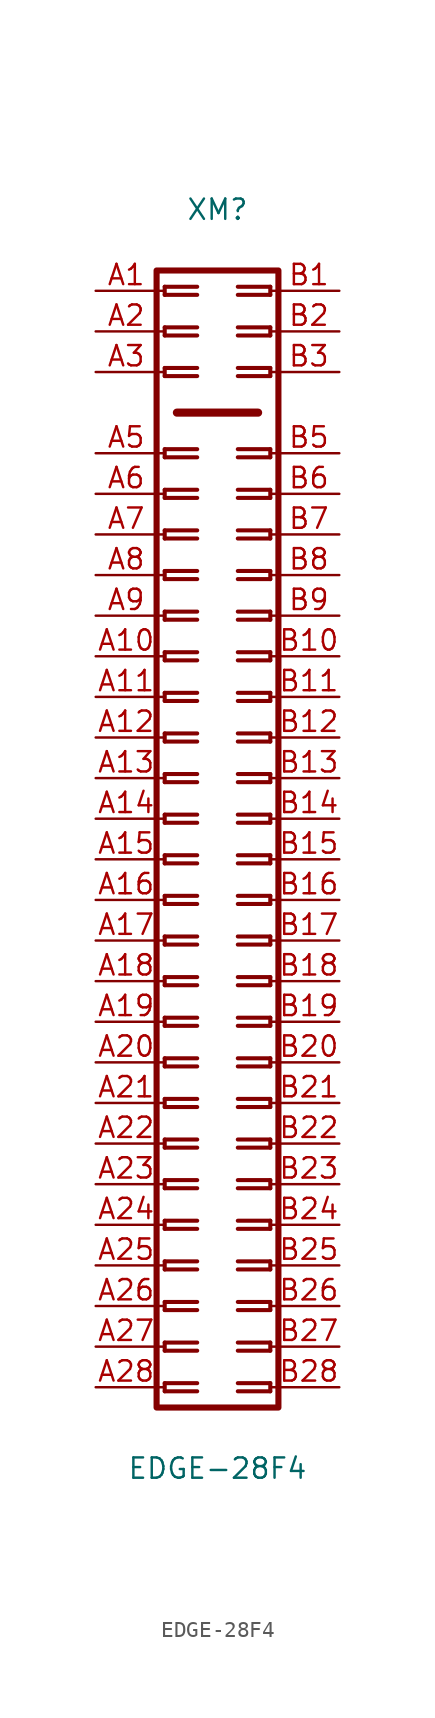
<source format=kicad_sym>
(kicad_symbol_lib
  (version 20231120)
  (generator "kicad_symbol_editor")
  (generator_version "8.0")
  (symbol "EDGE-28F4"
    (pin_names
      (offset 1.016))
    (property "Reference" "XM"
      (at 0 39.37 0)
      (effects (font (size 1.27 1.27))))
    (property "Value" "EDGE-28F4"
      (at 0 -39.37 0)
      (effects (font (size 1.27 1.27))))
    (symbol "EDGE-28F4_0_0"
      (polyline (pts (xy -2.54 26.67) (xy 2.54 26.67)) (stroke (width 0.508) (type default)) (fill (type none))))
    (symbol "EDGE-28F4_0_1"
      (rectangle (start -3.81 35.56) (end 3.81 -35.56) (stroke (width 0.381) (type default)) (fill (type none)))
      (polyline (pts (xy -3.81 -34.29) (xy -3.302 -34.29)) (stroke (width 0) (type default)) (fill (type none)))
      (polyline (pts (xy -3.81 -31.75) (xy -3.302 -31.75)) (stroke (width 0) (type default)) (fill (type none)))
      (polyline (pts (xy -3.81 -29.21) (xy -3.302 -29.21)) (stroke (width 0) (type default)) (fill (type none)))
      (polyline (pts (xy -3.81 -26.67) (xy -3.302 -26.67)) (stroke (width 0) (type default)) (fill (type none)))
      (polyline (pts (xy -3.81 -24.13) (xy -3.302 -24.13)) (stroke (width 0) (type default)) (fill (type none)))
      (polyline (pts (xy -3.81 -21.59) (xy -3.302 -21.59)) (stroke (width 0) (type default)) (fill (type none)))
      (polyline (pts (xy -3.81 -19.05) (xy -3.302 -19.05)) (stroke (width 0) (type default)) (fill (type none)))
      (polyline (pts (xy -3.81 -16.51) (xy -3.302 -16.51)) (stroke (width 0) (type default)) (fill (type none)))
      (polyline (pts (xy -3.81 -13.97) (xy -3.302 -13.97)) (stroke (width 0) (type default)) (fill (type none)))
      (polyline (pts (xy -3.81 -11.43) (xy -3.302 -11.43)) (stroke (width 0) (type default)) (fill (type none)))
      (polyline (pts (xy -3.81 -8.89) (xy -3.302 -8.89)) (stroke (width 0) (type default)) (fill (type none)))
      (polyline (pts (xy -3.81 -6.35) (xy -3.302 -6.35)) (stroke (width 0) (type default)) (fill (type none)))
      (polyline (pts (xy -3.81 -3.81) (xy -3.302 -3.81)) (stroke (width 0) (type default)) (fill (type none)))
      (polyline (pts (xy -3.81 -1.27) (xy -3.302 -1.27)) (stroke (width 0) (type default)) (fill (type none)))
      (polyline (pts (xy -3.81 1.27) (xy -3.302 1.27)) (stroke (width 0) (type default)) (fill (type none)))
      (polyline (pts (xy -3.81 3.81) (xy -3.302 3.81)) (stroke (width 0) (type default)) (fill (type none)))
      (polyline (pts (xy -3.81 6.35) (xy -3.302 6.35)) (stroke (width 0) (type default)) (fill (type none)))
      (polyline (pts (xy -3.81 8.89) (xy -3.302 8.89)) (stroke (width 0) (type default)) (fill (type none)))
      (polyline (pts (xy -3.81 11.43) (xy -3.302 11.43)) (stroke (width 0) (type default)) (fill (type none)))
      (polyline (pts (xy -3.81 13.97) (xy -3.302 13.97)) (stroke (width 0) (type default)) (fill (type none)))
      (polyline (pts (xy -3.81 16.51) (xy -3.302 16.51)) (stroke (width 0) (type default)) (fill (type none)))
      (polyline (pts (xy -3.81 19.05) (xy -3.302 19.05)) (stroke (width 0) (type default)) (fill (type none)))
      (polyline (pts (xy -3.81 21.59) (xy -3.302 21.59)) (stroke (width 0) (type default)) (fill (type none)))
      (polyline (pts (xy -3.81 24.13) (xy -3.302 24.13)) (stroke (width 0) (type default)) (fill (type none)))
      (polyline (pts (xy -3.81 29.21) (xy -3.302 29.21)) (stroke (width 0) (type default)) (fill (type none)))
      (polyline (pts (xy -3.81 31.75) (xy -3.302 31.75)) (stroke (width 0) (type default)) (fill (type none)))
      (polyline (pts (xy -3.81 34.29) (xy -3.302 34.29)) (stroke (width 0) (type default)) (fill (type none)))
      (polyline (pts (xy -3.302 -34.544) (xy -3.302 -34.036)) (stroke (width 0.254) (type default)) (fill (type none)))
      (polyline (pts (xy -3.302 -34.544) (xy -1.27 -34.544)) (stroke (width 0.254) (type default)) (fill (type none)))
      (polyline (pts (xy -3.302 -34.036) (xy -1.27 -34.036)) (stroke (width 0.254) (type default)) (fill (type none)))
      (polyline (pts (xy -3.302 -32.004) (xy -3.302 -31.496)) (stroke (width 0.254) (type default)) (fill (type none)))
      (polyline (pts (xy -3.302 -32.004) (xy -1.27 -32.004)) (stroke (width 0.254) (type default)) (fill (type none)))
      (polyline (pts (xy -3.302 -31.496) (xy -1.27 -31.496)) (stroke (width 0.254) (type default)) (fill (type none)))
      (polyline (pts (xy -3.302 -29.464) (xy -3.302 -28.956)) (stroke (width 0.254) (type default)) (fill (type none)))
      (polyline (pts (xy -3.302 -29.464) (xy -1.27 -29.464)) (stroke (width 0.254) (type default)) (fill (type none)))
      (polyline (pts (xy -3.302 -28.956) (xy -1.27 -28.956)) (stroke (width 0.254) (type default)) (fill (type none)))
      (polyline (pts (xy -3.302 -26.924) (xy -3.302 -26.416)) (stroke (width 0.254) (type default)) (fill (type none)))
      (polyline (pts (xy -3.302 -26.924) (xy -1.27 -26.924)) (stroke (width 0.254) (type default)) (fill (type none)))
      (polyline (pts (xy -3.302 -26.416) (xy -1.27 -26.416)) (stroke (width 0.254) (type default)) (fill (type none)))
      (polyline (pts (xy -3.302 -24.384) (xy -3.302 -23.876)) (stroke (width 0.254) (type default)) (fill (type none)))
      (polyline (pts (xy -3.302 -24.384) (xy -1.27 -24.384)) (stroke (width 0.254) (type default)) (fill (type none)))
      (polyline (pts (xy -3.302 -23.876) (xy -1.27 -23.876)) (stroke (width 0.254) (type default)) (fill (type none)))
      (polyline (pts (xy -3.302 -21.844) (xy -3.302 -21.336)) (stroke (width 0.254) (type default)) (fill (type none)))
      (polyline (pts (xy -3.302 -21.844) (xy -1.27 -21.844)) (stroke (width 0.254) (type default)) (fill (type none)))
      (polyline (pts (xy -3.302 -21.336) (xy -1.27 -21.336)) (stroke (width 0.254) (type default)) (fill (type none)))
      (polyline (pts (xy -3.302 -19.304) (xy -3.302 -18.796)) (stroke (width 0.254) (type default)) (fill (type none)))
      (polyline (pts (xy -3.302 -19.304) (xy -1.27 -19.304)) (stroke (width 0.254) (type default)) (fill (type none)))
      (polyline (pts (xy -3.302 -18.796) (xy -1.27 -18.796)) (stroke (width 0.254) (type default)) (fill (type none)))
      (polyline (pts (xy -3.302 -16.764) (xy -3.302 -16.256)) (stroke (width 0.254) (type default)) (fill (type none)))
      (polyline (pts (xy -3.302 -16.764) (xy -1.27 -16.764)) (stroke (width 0.254) (type default)) (fill (type none)))
      (polyline (pts (xy -3.302 -16.256) (xy -1.27 -16.256)) (stroke (width 0.254) (type default)) (fill (type none)))
      (polyline (pts (xy -3.302 -14.224) (xy -3.302 -13.716)) (stroke (width 0.254) (type default)) (fill (type none)))
      (polyline (pts (xy -3.302 -14.224) (xy -1.27 -14.224)) (stroke (width 0.254) (type default)) (fill (type none)))
      (polyline (pts (xy -3.302 -13.716) (xy -1.27 -13.716)) (stroke (width 0.254) (type default)) (fill (type none)))
      (polyline (pts (xy -3.302 -11.684) (xy -3.302 -11.176)) (stroke (width 0.254) (type default)) (fill (type none)))
      (polyline (pts (xy -3.302 -11.684) (xy -1.27 -11.684)) (stroke (width 0.254) (type default)) (fill (type none)))
      (polyline (pts (xy -3.302 -11.176) (xy -1.27 -11.176)) (stroke (width 0.254) (type default)) (fill (type none)))
      (polyline (pts (xy -3.302 -9.144) (xy -3.302 -8.636)) (stroke (width 0.254) (type default)) (fill (type none)))
      (polyline (pts (xy -3.302 -9.144) (xy -1.27 -9.144)) (stroke (width 0.254) (type default)) (fill (type none)))
      (polyline (pts (xy -3.302 -8.636) (xy -1.27 -8.636)) (stroke (width 0.254) (type default)) (fill (type none)))
      (polyline (pts (xy -3.302 -6.604) (xy -3.302 -6.096)) (stroke (width 0.254) (type default)) (fill (type none)))
      (polyline (pts (xy -3.302 -6.604) (xy -1.27 -6.604)) (stroke (width 0.254) (type default)) (fill (type none)))
      (polyline (pts (xy -3.302 -6.096) (xy -1.27 -6.096)) (stroke (width 0.254) (type default)) (fill (type none)))
      (polyline (pts (xy -3.302 -4.064) (xy -3.302 -3.556)) (stroke (width 0.254) (type default)) (fill (type none)))
      (polyline (pts (xy -3.302 -4.064) (xy -1.27 -4.064)) (stroke (width 0.254) (type default)) (fill (type none)))
      (polyline (pts (xy -3.302 -3.556) (xy -1.27 -3.556)) (stroke (width 0.254) (type default)) (fill (type none)))
      (polyline (pts (xy -3.302 -1.524) (xy -3.302 -1.016)) (stroke (width 0.254) (type default)) (fill (type none)))
      (polyline (pts (xy -3.302 -1.524) (xy -1.27 -1.524)) (stroke (width 0.254) (type default)) (fill (type none)))
      (polyline (pts (xy -3.302 -1.016) (xy -1.27 -1.016)) (stroke (width 0.254) (type default)) (fill (type none)))
      (polyline (pts (xy -3.302 1.016) (xy -3.302 1.524)) (stroke (width 0.254) (type default)) (fill (type none)))
      (polyline (pts (xy -3.302 1.016) (xy -1.27 1.016)) (stroke (width 0.254) (type default)) (fill (type none)))
      (polyline (pts (xy -3.302 1.524) (xy -1.27 1.524)) (stroke (width 0.254) (type default)) (fill (type none)))
      (polyline (pts (xy -3.302 3.556) (xy -3.302 4.064)) (stroke (width 0.254) (type default)) (fill (type none)))
      (polyline (pts (xy -3.302 3.556) (xy -1.27 3.556)) (stroke (width 0.254) (type default)) (fill (type none)))
      (polyline (pts (xy -3.302 4.064) (xy -1.27 4.064)) (stroke (width 0.254) (type default)) (fill (type none)))
      (polyline (pts (xy -3.302 6.096) (xy -3.302 6.604)) (stroke (width 0.254) (type default)) (fill (type none)))
      (polyline (pts (xy -3.302 6.096) (xy -1.27 6.096)) (stroke (width 0.254) (type default)) (fill (type none)))
      (polyline (pts (xy -3.302 6.604) (xy -1.27 6.604)) (stroke (width 0.254) (type default)) (fill (type none)))
      (polyline (pts (xy -3.302 8.636) (xy -3.302 9.144)) (stroke (width 0.254) (type default)) (fill (type none)))
      (polyline (pts (xy -3.302 8.636) (xy -1.27 8.636)) (stroke (width 0.254) (type default)) (fill (type none)))
      (polyline (pts (xy -3.302 9.144) (xy -1.27 9.144)) (stroke (width 0.254) (type default)) (fill (type none)))
      (polyline (pts (xy -3.302 11.176) (xy -3.302 11.684)) (stroke (width 0.254) (type default)) (fill (type none)))
      (polyline (pts (xy -3.302 11.176) (xy -1.27 11.176)) (stroke (width 0.254) (type default)) (fill (type none)))
      (polyline (pts (xy -3.302 11.684) (xy -1.27 11.684)) (stroke (width 0.254) (type default)) (fill (type none)))
      (polyline (pts (xy -3.302 13.716) (xy -3.302 14.224)) (stroke (width 0.254) (type default)) (fill (type none)))
      (polyline (pts (xy -3.302 13.716) (xy -1.27 13.716)) (stroke (width 0.254) (type default)) (fill (type none)))
      (polyline (pts (xy -3.302 14.224) (xy -1.27 14.224)) (stroke (width 0.254) (type default)) (fill (type none)))
      (polyline (pts (xy -3.302 16.256) (xy -3.302 16.764)) (stroke (width 0.254) (type default)) (fill (type none)))
      (polyline (pts (xy -3.302 16.256) (xy -1.27 16.256)) (stroke (width 0.254) (type default)) (fill (type none)))
      (polyline (pts (xy -3.302 16.764) (xy -1.27 16.764)) (stroke (width 0.254) (type default)) (fill (type none)))
      (polyline (pts (xy -3.302 18.796) (xy -3.302 19.304)) (stroke (width 0.254) (type default)) (fill (type none)))
      (polyline (pts (xy -3.302 18.796) (xy -1.27 18.796)) (stroke (width 0.254) (type default)) (fill (type none)))
      (polyline (pts (xy -3.302 19.304) (xy -1.27 19.304)) (stroke (width 0.254) (type default)) (fill (type none)))
      (polyline (pts (xy -3.302 21.336) (xy -3.302 21.844)) (stroke (width 0.254) (type default)) (fill (type none)))
      (polyline (pts (xy -3.302 21.336) (xy -1.27 21.336)) (stroke (width 0.254) (type default)) (fill (type none)))
      (polyline (pts (xy -3.302 21.844) (xy -1.27 21.844)) (stroke (width 0.254) (type default)) (fill (type none)))
      (polyline (pts (xy -3.302 23.876) (xy -3.302 24.384)) (stroke (width 0.254) (type default)) (fill (type none)))
      (polyline (pts (xy -3.302 23.876) (xy -1.27 23.876)) (stroke (width 0.254) (type default)) (fill (type none)))
      (polyline (pts (xy -3.302 24.384) (xy -1.27 24.384)) (stroke (width 0.254) (type default)) (fill (type none)))
      (polyline (pts (xy -3.302 28.956) (xy -3.302 29.464)) (stroke (width 0.254) (type default)) (fill (type none)))
      (polyline (pts (xy -3.302 28.956) (xy -1.27 28.956)) (stroke (width 0.254) (type default)) (fill (type none)))
      (polyline (pts (xy -3.302 29.464) (xy -1.27 29.464)) (stroke (width 0.254) (type default)) (fill (type none)))
      (polyline (pts (xy -3.302 31.496) (xy -3.302 32.004)) (stroke (width 0.254) (type default)) (fill (type none)))
      (polyline (pts (xy -3.302 31.496) (xy -1.27 31.496)) (stroke (width 0.254) (type default)) (fill (type none)))
      (polyline (pts (xy -3.302 32.004) (xy -1.27 32.004)) (stroke (width 0.254) (type default)) (fill (type none)))
      (polyline (pts (xy -3.302 34.036) (xy -3.302 34.544)) (stroke (width 0.254) (type default)) (fill (type none)))
      (polyline (pts (xy -3.302 34.036) (xy -1.27 34.036)) (stroke (width 0.254) (type default)) (fill (type none)))
      (polyline (pts (xy -3.302 34.544) (xy -1.27 34.544)) (stroke (width 0.254) (type default)) (fill (type none)))
      (polyline (pts (xy 3.302 -34.544) (xy 1.27 -34.544)) (stroke (width 0.254) (type default)) (fill (type none)))
      (polyline (pts (xy 3.302 -34.544) (xy 3.302 -34.036)) (stroke (width 0.254) (type default)) (fill (type none)))
      (polyline (pts (xy 3.302 -34.036) (xy 1.27 -34.036)) (stroke (width 0.254) (type default)) (fill (type none)))
      (polyline (pts (xy 3.302 -32.004) (xy 1.27 -32.004)) (stroke (width 0.254) (type default)) (fill (type none)))
      (polyline (pts (xy 3.302 -32.004) (xy 3.302 -31.496)) (stroke (width 0.254) (type default)) (fill (type none)))
      (polyline (pts (xy 3.302 -31.496) (xy 1.27 -31.496)) (stroke (width 0.254) (type default)) (fill (type none)))
      (polyline (pts (xy 3.302 -29.464) (xy 1.27 -29.464)) (stroke (width 0.254) (type default)) (fill (type none)))
      (polyline (pts (xy 3.302 -29.464) (xy 3.302 -28.956)) (stroke (width 0.254) (type default)) (fill (type none)))
      (polyline (pts (xy 3.302 -28.956) (xy 1.27 -28.956)) (stroke (width 0.254) (type default)) (fill (type none)))
      (polyline (pts (xy 3.302 -26.924) (xy 1.27 -26.924)) (stroke (width 0.254) (type default)) (fill (type none)))
      (polyline (pts (xy 3.302 -26.924) (xy 3.302 -26.416)) (stroke (width 0.254) (type default)) (fill (type none)))
      (polyline (pts (xy 3.302 -26.416) (xy 1.27 -26.416)) (stroke (width 0.254) (type default)) (fill (type none)))
      (polyline (pts (xy 3.302 -24.384) (xy 1.27 -24.384)) (stroke (width 0.254) (type default)) (fill (type none)))
      (polyline (pts (xy 3.302 -24.384) (xy 3.302 -23.876)) (stroke (width 0.254) (type default)) (fill (type none)))
      (polyline (pts (xy 3.302 -23.876) (xy 1.27 -23.876)) (stroke (width 0.254) (type default)) (fill (type none)))
      (polyline (pts (xy 3.302 -21.844) (xy 1.27 -21.844)) (stroke (width 0.254) (type default)) (fill (type none)))
      (polyline (pts (xy 3.302 -21.844) (xy 3.302 -21.336)) (stroke (width 0.254) (type default)) (fill (type none)))
      (polyline (pts (xy 3.302 -21.336) (xy 1.27 -21.336)) (stroke (width 0.254) (type default)) (fill (type none)))
      (polyline (pts (xy 3.302 -19.304) (xy 1.27 -19.304)) (stroke (width 0.254) (type default)) (fill (type none)))
      (polyline (pts (xy 3.302 -19.304) (xy 3.302 -18.796)) (stroke (width 0.254) (type default)) (fill (type none)))
      (polyline (pts (xy 3.302 -18.796) (xy 1.27 -18.796)) (stroke (width 0.254) (type default)) (fill (type none)))
      (polyline (pts (xy 3.302 -16.764) (xy 1.27 -16.764)) (stroke (width 0.254) (type default)) (fill (type none)))
      (polyline (pts (xy 3.302 -16.764) (xy 3.302 -16.256)) (stroke (width 0.254) (type default)) (fill (type none)))
      (polyline (pts (xy 3.302 -16.256) (xy 1.27 -16.256)) (stroke (width 0.254) (type default)) (fill (type none)))
      (polyline (pts (xy 3.302 -14.224) (xy 1.27 -14.224)) (stroke (width 0.254) (type default)) (fill (type none)))
      (polyline (pts (xy 3.302 -14.224) (xy 3.302 -13.716)) (stroke (width 0.254) (type default)) (fill (type none)))
      (polyline (pts (xy 3.302 -13.716) (xy 1.27 -13.716)) (stroke (width 0.254) (type default)) (fill (type none)))
      (polyline (pts (xy 3.302 -11.684) (xy 1.27 -11.684)) (stroke (width 0.254) (type default)) (fill (type none)))
      (polyline (pts (xy 3.302 -11.684) (xy 3.302 -11.176)) (stroke (width 0.254) (type default)) (fill (type none)))
      (polyline (pts (xy 3.302 -11.176) (xy 1.27 -11.176)) (stroke (width 0.254) (type default)) (fill (type none)))
      (polyline (pts (xy 3.302 -9.144) (xy 1.27 -9.144)) (stroke (width 0.254) (type default)) (fill (type none)))
      (polyline (pts (xy 3.302 -9.144) (xy 3.302 -8.636)) (stroke (width 0.254) (type default)) (fill (type none)))
      (polyline (pts (xy 3.302 -8.636) (xy 1.27 -8.636)) (stroke (width 0.254) (type default)) (fill (type none)))
      (polyline (pts (xy 3.302 -6.604) (xy 1.27 -6.604)) (stroke (width 0.254) (type default)) (fill (type none)))
      (polyline (pts (xy 3.302 -6.604) (xy 3.302 -6.096)) (stroke (width 0.254) (type default)) (fill (type none)))
      (polyline (pts (xy 3.302 -6.096) (xy 1.27 -6.096)) (stroke (width 0.254) (type default)) (fill (type none)))
      (polyline (pts (xy 3.302 -4.064) (xy 1.27 -4.064)) (stroke (width 0.254) (type default)) (fill (type none)))
      (polyline (pts (xy 3.302 -4.064) (xy 3.302 -3.556)) (stroke (width 0.254) (type default)) (fill (type none)))
      (polyline (pts (xy 3.302 -3.556) (xy 1.27 -3.556)) (stroke (width 0.254) (type default)) (fill (type none)))
      (polyline (pts (xy 3.302 -1.524) (xy 1.27 -1.524)) (stroke (width 0.254) (type default)) (fill (type none)))
      (polyline (pts (xy 3.302 -1.524) (xy 3.302 -1.016)) (stroke (width 0.254) (type default)) (fill (type none)))
      (polyline (pts (xy 3.302 -1.016) (xy 1.27 -1.016)) (stroke (width 0.254) (type default)) (fill (type none)))
      (polyline (pts (xy 3.302 1.016) (xy 1.27 1.016)) (stroke (width 0.254) (type default)) (fill (type none)))
      (polyline (pts (xy 3.302 1.016) (xy 3.302 1.524)) (stroke (width 0.254) (type default)) (fill (type none)))
      (polyline (pts (xy 3.302 1.524) (xy 1.27 1.524)) (stroke (width 0.254) (type default)) (fill (type none)))
      (polyline (pts (xy 3.302 3.556) (xy 1.27 3.556)) (stroke (width 0.254) (type default)) (fill (type none)))
      (polyline (pts (xy 3.302 3.556) (xy 3.302 4.064)) (stroke (width 0.254) (type default)) (fill (type none)))
      (polyline (pts (xy 3.302 4.064) (xy 1.27 4.064)) (stroke (width 0.254) (type default)) (fill (type none)))
      (polyline (pts (xy 3.302 6.096) (xy 1.27 6.096)) (stroke (width 0.254) (type default)) (fill (type none)))
      (polyline (pts (xy 3.302 6.096) (xy 3.302 6.604)) (stroke (width 0.254) (type default)) (fill (type none)))
      (polyline (pts (xy 3.302 6.604) (xy 1.27 6.604)) (stroke (width 0.254) (type default)) (fill (type none)))
      (polyline (pts (xy 3.302 8.636) (xy 1.27 8.636)) (stroke (width 0.254) (type default)) (fill (type none)))
      (polyline (pts (xy 3.302 8.636) (xy 3.302 9.144)) (stroke (width 0.254) (type default)) (fill (type none)))
      (polyline (pts (xy 3.302 9.144) (xy 1.27 9.144)) (stroke (width 0.254) (type default)) (fill (type none)))
      (polyline (pts (xy 3.302 11.176) (xy 1.27 11.176)) (stroke (width 0.254) (type default)) (fill (type none)))
      (polyline (pts (xy 3.302 11.176) (xy 3.302 11.684)) (stroke (width 0.254) (type default)) (fill (type none)))
      (polyline (pts (xy 3.302 11.684) (xy 1.27 11.684)) (stroke (width 0.254) (type default)) (fill (type none)))
      (polyline (pts (xy 3.302 13.716) (xy 1.27 13.716)) (stroke (width 0.254) (type default)) (fill (type none)))
      (polyline (pts (xy 3.302 13.716) (xy 3.302 14.224)) (stroke (width 0.254) (type default)) (fill (type none)))
      (polyline (pts (xy 3.302 14.224) (xy 1.27 14.224)) (stroke (width 0.254) (type default)) (fill (type none)))
      (polyline (pts (xy 3.302 16.256) (xy 1.27 16.256)) (stroke (width 0.254) (type default)) (fill (type none)))
      (polyline (pts (xy 3.302 16.256) (xy 3.302 16.764)) (stroke (width 0.254) (type default)) (fill (type none)))
      (polyline (pts (xy 3.302 16.764) (xy 1.27 16.764)) (stroke (width 0.254) (type default)) (fill (type none)))
      (polyline (pts (xy 3.302 18.796) (xy 1.27 18.796)) (stroke (width 0.254) (type default)) (fill (type none)))
      (polyline (pts (xy 3.302 18.796) (xy 3.302 19.304)) (stroke (width 0.254) (type default)) (fill (type none)))
      (polyline (pts (xy 3.302 19.304) (xy 1.27 19.304)) (stroke (width 0.254) (type default)) (fill (type none)))
      (polyline (pts (xy 3.302 21.336) (xy 1.27 21.336)) (stroke (width 0.254) (type default)) (fill (type none)))
      (polyline (pts (xy 3.302 21.336) (xy 3.302 21.844)) (stroke (width 0.254) (type default)) (fill (type none)))
      (polyline (pts (xy 3.302 21.844) (xy 1.27 21.844)) (stroke (width 0.254) (type default)) (fill (type none)))
      (polyline (pts (xy 3.302 23.876) (xy 1.27 23.876)) (stroke (width 0.254) (type default)) (fill (type none)))
      (polyline (pts (xy 3.302 23.876) (xy 3.302 24.384)) (stroke (width 0.254) (type default)) (fill (type none)))
      (polyline (pts (xy 3.302 24.384) (xy 1.27 24.384)) (stroke (width 0.254) (type default)) (fill (type none)))
      (polyline (pts (xy 3.302 28.956) (xy 1.27 28.956)) (stroke (width 0.254) (type default)) (fill (type none)))
      (polyline (pts (xy 3.302 28.956) (xy 3.302 29.464)) (stroke (width 0.254) (type default)) (fill (type none)))
      (polyline (pts (xy 3.302 29.464) (xy 1.27 29.464)) (stroke (width 0.254) (type default)) (fill (type none)))
      (polyline (pts (xy 3.302 31.496) (xy 1.27 31.496)) (stroke (width 0.254) (type default)) (fill (type none)))
      (polyline (pts (xy 3.302 31.496) (xy 3.302 32.004)) (stroke (width 0.254) (type default)) (fill (type none)))
      (polyline (pts (xy 3.302 32.004) (xy 1.27 32.004)) (stroke (width 0.254) (type default)) (fill (type none)))
      (polyline (pts (xy 3.302 34.036) (xy 1.27 34.036)) (stroke (width 0.254) (type default)) (fill (type none)))
      (polyline (pts (xy 3.302 34.036) (xy 3.302 34.544)) (stroke (width 0.254) (type default)) (fill (type none)))
      (polyline (pts (xy 3.302 34.544) (xy 1.27 34.544)) (stroke (width 0.254) (type default)) (fill (type none)))
      (polyline (pts (xy 3.81 -34.29) (xy 3.302 -34.29)) (stroke (width 0) (type default)) (fill (type none)))
      (polyline (pts (xy 3.81 -31.75) (xy 3.302 -31.75)) (stroke (width 0) (type default)) (fill (type none)))
      (polyline (pts (xy 3.81 -29.21) (xy 3.302 -29.21)) (stroke (width 0) (type default)) (fill (type none)))
      (polyline (pts (xy 3.81 -26.67) (xy 3.302 -26.67)) (stroke (width 0) (type default)) (fill (type none)))
      (polyline (pts (xy 3.81 -24.13) (xy 3.302 -24.13)) (stroke (width 0) (type default)) (fill (type none)))
      (polyline (pts (xy 3.81 -21.59) (xy 3.302 -21.59)) (stroke (width 0) (type default)) (fill (type none)))
      (polyline (pts (xy 3.81 -19.05) (xy 3.302 -19.05)) (stroke (width 0) (type default)) (fill (type none)))
      (polyline (pts (xy 3.81 -16.51) (xy 3.302 -16.51)) (stroke (width 0) (type default)) (fill (type none)))
      (polyline (pts (xy 3.81 -13.97) (xy 3.302 -13.97)) (stroke (width 0) (type default)) (fill (type none)))
      (polyline (pts (xy 3.81 -11.43) (xy 3.302 -11.43)) (stroke (width 0) (type default)) (fill (type none)))
      (polyline (pts (xy 3.81 -8.89) (xy 3.302 -8.89)) (stroke (width 0) (type default)) (fill (type none)))
      (polyline (pts (xy 3.81 -6.35) (xy 3.302 -6.35)) (stroke (width 0) (type default)) (fill (type none)))
      (polyline (pts (xy 3.81 -3.81) (xy 3.302 -3.81)) (stroke (width 0) (type default)) (fill (type none)))
      (polyline (pts (xy 3.81 -1.27) (xy 3.302 -1.27)) (stroke (width 0) (type default)) (fill (type none)))
      (polyline (pts (xy 3.81 1.27) (xy 3.302 1.27)) (stroke (width 0) (type default)) (fill (type none)))
      (polyline (pts (xy 3.81 3.81) (xy 3.302 3.81)) (stroke (width 0) (type default)) (fill (type none)))
      (polyline (pts (xy 3.81 6.35) (xy 3.302 6.35)) (stroke (width 0) (type default)) (fill (type none)))
      (polyline (pts (xy 3.81 8.89) (xy 3.302 8.89)) (stroke (width 0) (type default)) (fill (type none)))
      (polyline (pts (xy 3.81 11.43) (xy 3.302 11.43)) (stroke (width 0) (type default)) (fill (type none)))
      (polyline (pts (xy 3.81 13.97) (xy 3.302 13.97)) (stroke (width 0) (type default)) (fill (type none)))
      (polyline (pts (xy 3.81 16.51) (xy 3.302 16.51)) (stroke (width 0) (type default)) (fill (type none)))
      (polyline (pts (xy 3.81 19.05) (xy 3.302 19.05)) (stroke (width 0) (type default)) (fill (type none)))
      (polyline (pts (xy 3.81 21.59) (xy 3.302 21.59)) (stroke (width 0) (type default)) (fill (type none)))
      (polyline (pts (xy 3.81 24.13) (xy 3.302 24.13)) (stroke (width 0) (type default)) (fill (type none)))
      (polyline (pts (xy 3.81 29.21) (xy 3.302 29.21)) (stroke (width 0) (type default)) (fill (type none)))
      (polyline (pts (xy 3.81 31.75) (xy 3.302 31.75)) (stroke (width 0) (type default)) (fill (type none)))
      (polyline (pts (xy 3.81 34.29) (xy 3.302 34.29)) (stroke (width 0) (type default)) (fill (type none))))
    (symbol "EDGE-28F4_1_1"
      (pin passive line (at -7.62 34.29 0) (length 3.81) (name "~" (effects (font (size 1.27 1.27)))) (number "A1" (effects (font (size 1.27 1.27)))))
      (pin passive line (at -7.62 11.43 0) (length 3.81) (name "~" (effects (font (size 1.27 1.27)))) (number "A10" (effects (font (size 1.27 1.27)))))
      (pin passive line (at -7.62 8.89 0) (length 3.81) (name "~" (effects (font (size 1.27 1.27)))) (number "A11" (effects (font (size 1.27 1.27)))))
      (pin passive line (at -7.62 6.35 0) (length 3.81) (name "~" (effects (font (size 1.27 1.27)))) (number "A12" (effects (font (size 1.27 1.27)))))
      (pin passive line (at -7.62 3.81 0) (length 3.81) (name "~" (effects (font (size 1.27 1.27)))) (number "A13" (effects (font (size 1.27 1.27)))))
      (pin passive line (at -7.62 1.27 0) (length 3.81) (name "~" (effects (font (size 1.27 1.27)))) (number "A14" (effects (font (size 1.27 1.27)))))
      (pin passive line (at -7.62 -1.27 0) (length 3.81) (name "~" (effects (font (size 1.27 1.27)))) (number "A15" (effects (font (size 1.27 1.27)))))
      (pin passive line (at -7.62 -3.81 0) (length 3.81) (name "~" (effects (font (size 1.27 1.27)))) (number "A16" (effects (font (size 1.27 1.27)))))
      (pin passive line (at -7.62 -6.35 0) (length 3.81) (name "~" (effects (font (size 1.27 1.27)))) (number "A17" (effects (font (size 1.27 1.27)))))
      (pin passive line (at -7.62 -8.89 0) (length 3.81) (name "~" (effects (font (size 1.27 1.27)))) (number "A18" (effects (font (size 1.27 1.27)))))
      (pin passive line (at -7.62 -11.43 0) (length 3.81) (name "~" (effects (font (size 1.27 1.27)))) (number "A19" (effects (font (size 1.27 1.27)))))
      (pin passive line (at -7.62 31.75 0) (length 3.81) (name "~" (effects (font (size 1.27 1.27)))) (number "A2" (effects (font (size 1.27 1.27)))))
      (pin passive line (at -7.62 -13.97 0) (length 3.81) (name "~" (effects (font (size 1.27 1.27)))) (number "A20" (effects (font (size 1.27 1.27)))))
      (pin passive line (at -7.62 -16.51 0) (length 3.81) (name "~" (effects (font (size 1.27 1.27)))) (number "A21" (effects (font (size 1.27 1.27)))))
      (pin passive line (at -7.62 -19.05 0) (length 3.81) (name "~" (effects (font (size 1.27 1.27)))) (number "A22" (effects (font (size 1.27 1.27)))))
      (pin passive line (at -7.62 -21.59 0) (length 3.81) (name "~" (effects (font (size 1.27 1.27)))) (number "A23" (effects (font (size 1.27 1.27)))))
      (pin passive line (at -7.62 -24.13 0) (length 3.81) (name "~" (effects (font (size 1.27 1.27)))) (number "A24" (effects (font (size 1.27 1.27)))))
      (pin passive line (at -7.62 -26.67 0) (length 3.81) (name "~" (effects (font (size 1.27 1.27)))) (number "A25" (effects (font (size 1.27 1.27)))))
      (pin passive line (at -7.62 -29.21 0) (length 3.81) (name "~" (effects (font (size 1.27 1.27)))) (number "A26" (effects (font (size 1.27 1.27)))))
      (pin passive line (at -7.62 -31.75 0) (length 3.81) (name "~" (effects (font (size 1.27 1.27)))) (number "A27" (effects (font (size 1.27 1.27)))))
      (pin passive line (at -7.62 -34.29 0) (length 3.81) (name "~" (effects (font (size 1.27 1.27)))) (number "A28" (effects (font (size 1.27 1.27)))))
      (pin passive line (at -7.62 29.21 0) (length 3.81) (name "~" (effects (font (size 1.27 1.27)))) (number "A3" (effects (font (size 1.27 1.27)))))
      (pin passive line (at -7.62 24.13 0) (length 3.81) (name "~" (effects (font (size 1.27 1.27)))) (number "A5" (effects (font (size 1.27 1.27)))))
      (pin passive line (at -7.62 21.59 0) (length 3.81) (name "~" (effects (font (size 1.27 1.27)))) (number "A6" (effects (font (size 1.27 1.27)))))
      (pin passive line (at -7.62 19.05 0) (length 3.81) (name "~" (effects (font (size 1.27 1.27)))) (number "A7" (effects (font (size 1.27 1.27)))))
      (pin passive line (at -7.62 16.51 0) (length 3.81) (name "~" (effects (font (size 1.27 1.27)))) (number "A8" (effects (font (size 1.27 1.27)))))
      (pin passive line (at -7.62 13.97 0) (length 3.81) (name "~" (effects (font (size 1.27 1.27)))) (number "A9" (effects (font (size 1.27 1.27)))))
      (pin passive line (at 7.62 34.29 180) (length 3.81) (name "~" (effects (font (size 1.27 1.27)))) (number "B1" (effects (font (size 1.27 1.27)))))
      (pin passive line (at 7.62 11.43 180) (length 3.81) (name "~" (effects (font (size 1.27 1.27)))) (number "B10" (effects (font (size 1.27 1.27)))))
      (pin passive line (at 7.62 8.89 180) (length 3.81) (name "~" (effects (font (size 1.27 1.27)))) (number "B11" (effects (font (size 1.27 1.27)))))
      (pin passive line (at 7.62 6.35 180) (length 3.81) (name "~" (effects (font (size 1.27 1.27)))) (number "B12" (effects (font (size 1.27 1.27)))))
      (pin passive line (at 7.62 3.81 180) (length 3.81) (name "~" (effects (font (size 1.27 1.27)))) (number "B13" (effects (font (size 1.27 1.27)))))
      (pin passive line (at 7.62 1.27 180) (length 3.81) (name "~" (effects (font (size 1.27 1.27)))) (number "B14" (effects (font (size 1.27 1.27)))))
      (pin passive line (at 7.62 -1.27 180) (length 3.81) (name "~" (effects (font (size 1.27 1.27)))) (number "B15" (effects (font (size 1.27 1.27)))))
      (pin passive line (at 7.62 -3.81 180) (length 3.81) (name "~" (effects (font (size 1.27 1.27)))) (number "B16" (effects (font (size 1.27 1.27)))))
      (pin passive line (at 7.62 -6.35 180) (length 3.81) (name "~" (effects (font (size 1.27 1.27)))) (number "B17" (effects (font (size 1.27 1.27)))))
      (pin passive line (at 7.62 -8.89 180) (length 3.81) (name "~" (effects (font (size 1.27 1.27)))) (number "B18" (effects (font (size 1.27 1.27)))))
      (pin passive line (at 7.62 -11.43 180) (length 3.81) (name "~" (effects (font (size 1.27 1.27)))) (number "B19" (effects (font (size 1.27 1.27)))))
      (pin passive line (at 7.62 31.75 180) (length 3.81) (name "~" (effects (font (size 1.27 1.27)))) (number "B2" (effects (font (size 1.27 1.27)))))
      (pin passive line (at 7.62 -13.97 180) (length 3.81) (name "~" (effects (font (size 1.27 1.27)))) (number "B20" (effects (font (size 1.27 1.27)))))
      (pin passive line (at 7.62 -16.51 180) (length 3.81) (name "~" (effects (font (size 1.27 1.27)))) (number "B21" (effects (font (size 1.27 1.27)))))
      (pin passive line (at 7.62 -19.05 180) (length 3.81) (name "~" (effects (font (size 1.27 1.27)))) (number "B22" (effects (font (size 1.27 1.27)))))
      (pin passive line (at 7.62 -21.59 180) (length 3.81) (name "~" (effects (font (size 1.27 1.27)))) (number "B23" (effects (font (size 1.27 1.27)))))
      (pin passive line (at 7.62 -24.13 180) (length 3.81) (name "~" (effects (font (size 1.27 1.27)))) (number "B24" (effects (font (size 1.27 1.27)))))
      (pin passive line (at 7.62 -26.67 180) (length 3.81) (name "~" (effects (font (size 1.27 1.27)))) (number "B25" (effects (font (size 1.27 1.27)))))
      (pin passive line (at 7.62 -29.21 180) (length 3.81) (name "~" (effects (font (size 1.27 1.27)))) (number "B26" (effects (font (size 1.27 1.27)))))
      (pin passive line (at 7.62 -31.75 180) (length 3.81) (name "~" (effects (font (size 1.27 1.27)))) (number "B27" (effects (font (size 1.27 1.27)))))
      (pin passive line (at 7.62 -34.29 180) (length 3.81) (name "~" (effects (font (size 1.27 1.27)))) (number "B28" (effects (font (size 1.27 1.27)))))
      (pin passive line (at 7.62 29.21 180) (length 3.81) (name "~" (effects (font (size 1.27 1.27)))) (number "B3" (effects (font (size 1.27 1.27)))))
      (pin passive line (at 7.62 24.13 180) (length 3.81) (name "~" (effects (font (size 1.27 1.27)))) (number "B5" (effects (font (size 1.27 1.27)))))
      (pin passive line (at 7.62 21.59 180) (length 3.81) (name "~" (effects (font (size 1.27 1.27)))) (number "B6" (effects (font (size 1.27 1.27)))))
      (pin passive line (at 7.62 19.05 180) (length 3.81) (name "~" (effects (font (size 1.27 1.27)))) (number "B7" (effects (font (size 1.27 1.27)))))
      (pin passive line (at 7.62 16.51 180) (length 3.81) (name "~" (effects (font (size 1.27 1.27)))) (number "B8" (effects (font (size 1.27 1.27)))))
      (pin passive line (at 7.62 13.97 180) (length 3.81) (name "~" (effects (font (size 1.27 1.27)))) (number "B9" (effects (font (size 1.27 1.27))))))))
</source>
